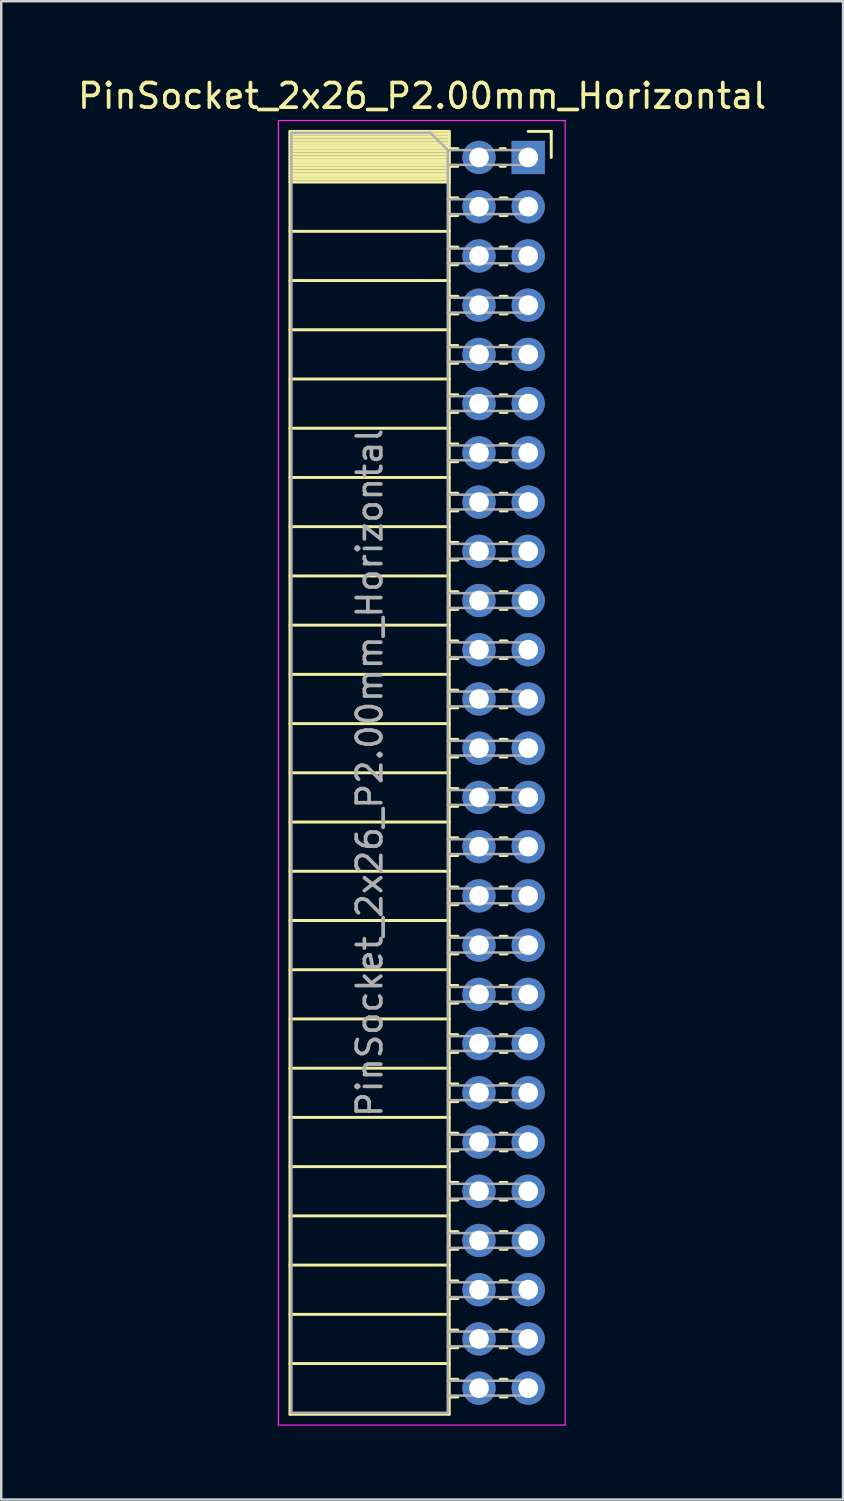
<source format=kicad_pcb>
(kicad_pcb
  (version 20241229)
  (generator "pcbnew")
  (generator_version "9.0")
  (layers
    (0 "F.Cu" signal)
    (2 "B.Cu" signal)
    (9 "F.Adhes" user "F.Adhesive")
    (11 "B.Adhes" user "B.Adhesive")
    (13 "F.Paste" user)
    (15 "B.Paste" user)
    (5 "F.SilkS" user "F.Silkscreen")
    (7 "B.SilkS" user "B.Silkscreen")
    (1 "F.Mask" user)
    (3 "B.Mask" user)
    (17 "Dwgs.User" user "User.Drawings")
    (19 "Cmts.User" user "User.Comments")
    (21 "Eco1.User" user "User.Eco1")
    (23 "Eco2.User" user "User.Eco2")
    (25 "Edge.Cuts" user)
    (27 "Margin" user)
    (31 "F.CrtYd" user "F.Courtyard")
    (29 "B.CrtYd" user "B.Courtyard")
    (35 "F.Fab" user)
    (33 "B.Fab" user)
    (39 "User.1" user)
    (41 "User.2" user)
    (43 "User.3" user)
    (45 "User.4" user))
  (footprint "PinSocket_2x26_P2.00mm_Horizontal"
    (layer "F.Cu")
    (at 18.411 3.348)
    (property "Reference" "PinSocket_2x26_P2.00mm_Horizontal" (at -4.31 -2.5 0) (layer "F.SilkS") (effects (font (size 1 1) (thickness 0.15))))
    (attr through_hole)
    (fp_line (start -9.68 -1.06) (end -9.68 51.06) (stroke (width 0.12) (type solid)) (layer "F.SilkS"))
    (fp_line (start -9.68 -1.06) (end -3.21 -1.06) (stroke (width 0.12) (type solid)) (layer "F.SilkS"))
    (fp_line (start -9.68 -0.94) (end -3.21 -0.94) (stroke (width 0.12) (type solid)) (layer "F.SilkS"))
    (fp_line (start -9.68 -0.826) (end -3.21 -0.826) (stroke (width 0.12) (type solid)) (layer "F.SilkS"))
    (fp_line (start -9.68 -0.712) (end -3.21 -0.712) (stroke (width 0.12) (type solid)) (layer "F.SilkS"))
    (fp_line (start -9.68 -0.598) (end -3.21 -0.598) (stroke (width 0.12) (type solid)) (layer "F.SilkS"))
    (fp_line (start -9.68 -0.484) (end -3.21 -0.484) (stroke (width 0.12) (type solid)) (layer "F.SilkS"))
    (fp_line (start -9.68 -0.369) (end -3.21 -0.369) (stroke (width 0.12) (type solid)) (layer "F.SilkS"))
    (fp_line (start -9.68 -0.255) (end -3.21 -0.255) (stroke (width 0.12) (type solid)) (layer "F.SilkS"))
    (fp_line (start -9.68 -0.141) (end -3.21 -0.141) (stroke (width 0.12) (type solid)) (layer "F.SilkS"))
    (fp_line (start -9.68 -0.027) (end -3.21 -0.027) (stroke (width 0.12) (type solid)) (layer "F.SilkS"))
    (fp_line (start -9.68 0.087) (end -3.21 0.087) (stroke (width 0.12) (type solid)) (layer "F.SilkS"))
    (fp_line (start -9.68 0.201) (end -3.21 0.201) (stroke (width 0.12) (type solid)) (layer "F.SilkS"))
    (fp_line (start -9.68 0.315) (end -3.21 0.315) (stroke (width 0.12) (type solid)) (layer "F.SilkS"))
    (fp_line (start -9.68 0.429) (end -3.21 0.429) (stroke (width 0.12) (type solid)) (layer "F.SilkS"))
    (fp_line (start -9.68 0.544) (end -3.21 0.544) (stroke (width 0.12) (type solid)) (layer "F.SilkS"))
    (fp_line (start -9.68 0.658) (end -3.21 0.658) (stroke (width 0.12) (type solid)) (layer "F.SilkS"))
    (fp_line (start -9.68 0.772) (end -3.21 0.772) (stroke (width 0.12) (type solid)) (layer "F.SilkS"))
    (fp_line (start -9.68 0.886) (end -3.21 0.886) (stroke (width 0.12) (type solid)) (layer "F.SilkS"))
    (fp_line (start -9.68 1) (end -3.21 1) (stroke (width 0.12) (type solid)) (layer "F.SilkS"))
    (fp_line (start -9.68 3) (end -3.21 3) (stroke (width 0.12) (type solid)) (layer "F.SilkS"))
    (fp_line (start -9.68 5) (end -3.21 5) (stroke (width 0.12) (type solid)) (layer "F.SilkS"))
    (fp_line (start -9.68 7) (end -3.21 7) (stroke (width 0.12) (type solid)) (layer "F.SilkS"))
    (fp_line (start -9.68 9) (end -3.21 9) (stroke (width 0.12) (type solid)) (layer "F.SilkS"))
    (fp_line (start -9.68 11) (end -3.21 11) (stroke (width 0.12) (type solid)) (layer "F.SilkS"))
    (fp_line (start -9.68 13) (end -3.21 13) (stroke (width 0.12) (type solid)) (layer "F.SilkS"))
    (fp_line (start -9.68 15) (end -3.21 15) (stroke (width 0.12) (type solid)) (layer "F.SilkS"))
    (fp_line (start -9.68 17) (end -3.21 17) (stroke (width 0.12) (type solid)) (layer "F.SilkS"))
    (fp_line (start -9.68 19) (end -3.21 19) (stroke (width 0.12) (type solid)) (layer "F.SilkS"))
    (fp_line (start -9.68 21) (end -3.21 21) (stroke (width 0.12) (type solid)) (layer "F.SilkS"))
    (fp_line (start -9.68 23) (end -3.21 23) (stroke (width 0.12) (type solid)) (layer "F.SilkS"))
    (fp_line (start -9.68 25) (end -3.21 25) (stroke (width 0.12) (type solid)) (layer "F.SilkS"))
    (fp_line (start -9.68 27) (end -3.21 27) (stroke (width 0.12) (type solid)) (layer "F.SilkS"))
    (fp_line (start -9.68 29) (end -3.21 29) (stroke (width 0.12) (type solid)) (layer "F.SilkS"))
    (fp_line (start -9.68 31) (end -3.21 31) (stroke (width 0.12) (type solid)) (layer "F.SilkS"))
    (fp_line (start -9.68 33) (end -3.21 33) (stroke (width 0.12) (type solid)) (layer "F.SilkS"))
    (fp_line (start -9.68 35) (end -3.21 35) (stroke (width 0.12) (type solid)) (layer "F.SilkS"))
    (fp_line (start -9.68 37) (end -3.21 37) (stroke (width 0.12) (type solid)) (layer "F.SilkS"))
    (fp_line (start -9.68 39) (end -3.21 39) (stroke (width 0.12) (type solid)) (layer "F.SilkS"))
    (fp_line (start -9.68 41) (end -3.21 41) (stroke (width 0.12) (type solid)) (layer "F.SilkS"))
    (fp_line (start -9.68 43) (end -3.21 43) (stroke (width 0.12) (type solid)) (layer "F.SilkS"))
    (fp_line (start -9.68 45) (end -3.21 45) (stroke (width 0.12) (type solid)) (layer "F.SilkS"))
    (fp_line (start -9.68 47) (end -3.21 47) (stroke (width 0.12) (type solid)) (layer "F.SilkS"))
    (fp_line (start -9.68 49) (end -3.21 49) (stroke (width 0.12) (type solid)) (layer "F.SilkS"))
    (fp_line (start -9.68 51.06) (end -3.21 51.06) (stroke (width 0.12) (type solid)) (layer "F.SilkS"))
    (fp_line (start -3.21 -1.06) (end -3.21 51.06) (stroke (width 0.12) (type solid)) (layer "F.SilkS"))
    (fp_line (start -3.21 -0.36) (end -2.863 -0.36) (stroke (width 0.12) (type solid)) (layer "F.SilkS"))
    (fp_line (start -3.21 0.36) (end -2.863 0.36) (stroke (width 0.12) (type solid)) (layer "F.SilkS"))
    (fp_line (start -3.21 1.64) (end -2.863 1.64) (stroke (width 0.12) (type solid)) (layer "F.SilkS"))
    (fp_line (start -3.21 2.36) (end -2.863 2.36) (stroke (width 0.12) (type solid)) (layer "F.SilkS"))
    (fp_line (start -3.21 3.64) (end -2.863 3.64) (stroke (width 0.12) (type solid)) (layer "F.SilkS"))
    (fp_line (start -3.21 4.36) (end -2.863 4.36) (stroke (width 0.12) (type solid)) (layer "F.SilkS"))
    (fp_line (start -3.21 5.64) (end -2.863 5.64) (stroke (width 0.12) (type solid)) (layer "F.SilkS"))
    (fp_line (start -3.21 6.36) (end -2.863 6.36) (stroke (width 0.12) (type solid)) (layer "F.SilkS"))
    (fp_line (start -3.21 7.64) (end -2.863 7.64) (stroke (width 0.12) (type solid)) (layer "F.SilkS"))
    (fp_line (start -3.21 8.36) (end -2.863 8.36) (stroke (width 0.12) (type solid)) (layer "F.SilkS"))
    (fp_line (start -3.21 9.64) (end -2.863 9.64) (stroke (width 0.12) (type solid)) (layer "F.SilkS"))
    (fp_line (start -3.21 10.36) (end -2.863 10.36) (stroke (width 0.12) (type solid)) (layer "F.SilkS"))
    (fp_line (start -3.21 11.64) (end -2.863 11.64) (stroke (width 0.12) (type solid)) (layer "F.SilkS"))
    (fp_line (start -3.21 12.36) (end -2.863 12.36) (stroke (width 0.12) (type solid)) (layer "F.SilkS"))
    (fp_line (start -3.21 13.64) (end -2.863 13.64) (stroke (width 0.12) (type solid)) (layer "F.SilkS"))
    (fp_line (start -3.21 14.36) (end -2.863 14.36) (stroke (width 0.12) (type solid)) (layer "F.SilkS"))
    (fp_line (start -3.21 15.64) (end -2.863 15.64) (stroke (width 0.12) (type solid)) (layer "F.SilkS"))
    (fp_line (start -3.21 16.36) (end -2.863 16.36) (stroke (width 0.12) (type solid)) (layer "F.SilkS"))
    (fp_line (start -3.21 17.64) (end -2.863 17.64) (stroke (width 0.12) (type solid)) (layer "F.SilkS"))
    (fp_line (start -3.21 18.36) (end -2.863 18.36) (stroke (width 0.12) (type solid)) (layer "F.SilkS"))
    (fp_line (start -3.21 19.64) (end -2.863 19.64) (stroke (width 0.12) (type solid)) (layer "F.SilkS"))
    (fp_line (start -3.21 20.36) (end -2.863 20.36) (stroke (width 0.12) (type solid)) (layer "F.SilkS"))
    (fp_line (start -3.21 21.64) (end -2.863 21.64) (stroke (width 0.12) (type solid)) (layer "F.SilkS"))
    (fp_line (start -3.21 22.36) (end -2.863 22.36) (stroke (width 0.12) (type solid)) (layer "F.SilkS"))
    (fp_line (start -3.21 23.64) (end -2.863 23.64) (stroke (width 0.12) (type solid)) (layer "F.SilkS"))
    (fp_line (start -3.21 24.36) (end -2.863 24.36) (stroke (width 0.12) (type solid)) (layer "F.SilkS"))
    (fp_line (start -3.21 25.64) (end -2.863 25.64) (stroke (width 0.12) (type solid)) (layer "F.SilkS"))
    (fp_line (start -3.21 26.36) (end -2.863 26.36) (stroke (width 0.12) (type solid)) (layer "F.SilkS"))
    (fp_line (start -3.21 27.64) (end -2.863 27.64) (stroke (width 0.12) (type solid)) (layer "F.SilkS"))
    (fp_line (start -3.21 28.36) (end -2.863 28.36) (stroke (width 0.12) (type solid)) (layer "F.SilkS"))
    (fp_line (start -3.21 29.64) (end -2.863 29.64) (stroke (width 0.12) (type solid)) (layer "F.SilkS"))
    (fp_line (start -3.21 30.36) (end -2.863 30.36) (stroke (width 0.12) (type solid)) (layer "F.SilkS"))
    (fp_line (start -3.21 31.64) (end -2.863 31.64) (stroke (width 0.12) (type solid)) (layer "F.SilkS"))
    (fp_line (start -3.21 32.36) (end -2.863 32.36) (stroke (width 0.12) (type solid)) (layer "F.SilkS"))
    (fp_line (start -3.21 33.64) (end -2.863 33.64) (stroke (width 0.12) (type solid)) (layer "F.SilkS"))
    (fp_line (start -3.21 34.36) (end -2.863 34.36) (stroke (width 0.12) (type solid)) (layer "F.SilkS"))
    (fp_line (start -3.21 35.64) (end -2.863 35.64) (stroke (width 0.12) (type solid)) (layer "F.SilkS"))
    (fp_line (start -3.21 36.36) (end -2.863 36.36) (stroke (width 0.12) (type solid)) (layer "F.SilkS"))
    (fp_line (start -3.21 37.64) (end -2.863 37.64) (stroke (width 0.12) (type solid)) (layer "F.SilkS"))
    (fp_line (start -3.21 38.36) (end -2.863 38.36) (stroke (width 0.12) (type solid)) (layer "F.SilkS"))
    (fp_line (start -3.21 39.64) (end -2.863 39.64) (stroke (width 0.12) (type solid)) (layer "F.SilkS"))
    (fp_line (start -3.21 40.36) (end -2.863 40.36) (stroke (width 0.12) (type solid)) (layer "F.SilkS"))
    (fp_line (start -3.21 41.64) (end -2.863 41.64) (stroke (width 0.12) (type solid)) (layer "F.SilkS"))
    (fp_line (start -3.21 42.36) (end -2.863 42.36) (stroke (width 0.12) (type solid)) (layer "F.SilkS"))
    (fp_line (start -3.21 43.64) (end -2.863 43.64) (stroke (width 0.12) (type solid)) (layer "F.SilkS"))
    (fp_line (start -3.21 44.36) (end -2.863 44.36) (stroke (width 0.12) (type solid)) (layer "F.SilkS"))
    (fp_line (start -3.21 45.64) (end -2.863 45.64) (stroke (width 0.12) (type solid)) (layer "F.SilkS"))
    (fp_line (start -3.21 46.36) (end -2.863 46.36) (stroke (width 0.12) (type solid)) (layer "F.SilkS"))
    (fp_line (start -3.21 47.64) (end -2.863 47.64) (stroke (width 0.12) (type solid)) (layer "F.SilkS"))
    (fp_line (start -3.21 48.36) (end -2.863 48.36) (stroke (width 0.12) (type solid)) (layer "F.SilkS"))
    (fp_line (start -3.21 49.64) (end -2.863 49.64) (stroke (width 0.12) (type solid)) (layer "F.SilkS"))
    (fp_line (start -3.21 50.36) (end -2.863 50.36) (stroke (width 0.12) (type solid)) (layer "F.SilkS"))
    (fp_line (start -1.137 -0.36) (end -0.935 -0.36) (stroke (width 0.12) (type solid)) (layer "F.SilkS"))
    (fp_line (start -1.137 0.36) (end -0.935 0.36) (stroke (width 0.12) (type solid)) (layer "F.SilkS"))
    (fp_line (start -1.137 1.64) (end -0.863 1.64) (stroke (width 0.12) (type solid)) (layer "F.SilkS"))
    (fp_line (start -1.137 2.36) (end -0.863 2.36) (stroke (width 0.12) (type solid)) (layer "F.SilkS"))
    (fp_line (start -1.137 3.64) (end -0.863 3.64) (stroke (width 0.12) (type solid)) (layer "F.SilkS"))
    (fp_line (start -1.137 4.36) (end -0.863 4.36) (stroke (width 0.12) (type solid)) (layer "F.SilkS"))
    (fp_line (start -1.137 5.64) (end -0.863 5.64) (stroke (width 0.12) (type solid)) (layer "F.SilkS"))
    (fp_line (start -1.137 6.36) (end -0.863 6.36) (stroke (width 0.12) (type solid)) (layer "F.SilkS"))
    (fp_line (start -1.137 7.64) (end -0.863 7.64) (stroke (width 0.12) (type solid)) (layer "F.SilkS"))
    (fp_line (start -1.137 8.36) (end -0.863 8.36) (stroke (width 0.12) (type solid)) (layer "F.SilkS"))
    (fp_line (start -1.137 9.64) (end -0.863 9.64) (stroke (width 0.12) (type solid)) (layer "F.SilkS"))
    (fp_line (start -1.137 10.36) (end -0.863 10.36) (stroke (width 0.12) (type solid)) (layer "F.SilkS"))
    (fp_line (start -1.137 11.64) (end -0.863 11.64) (stroke (width 0.12) (type solid)) (layer "F.SilkS"))
    (fp_line (start -1.137 12.36) (end -0.863 12.36) (stroke (width 0.12) (type solid)) (layer "F.SilkS"))
    (fp_line (start -1.137 13.64) (end -0.863 13.64) (stroke (width 0.12) (type solid)) (layer "F.SilkS"))
    (fp_line (start -1.137 14.36) (end -0.863 14.36) (stroke (width 0.12) (type solid)) (layer "F.SilkS"))
    (fp_line (start -1.137 15.64) (end -0.863 15.64) (stroke (width 0.12) (type solid)) (layer "F.SilkS"))
    (fp_line (start -1.137 16.36) (end -0.863 16.36) (stroke (width 0.12) (type solid)) (layer "F.SilkS"))
    (fp_line (start -1.137 17.64) (end -0.863 17.64) (stroke (width 0.12) (type solid)) (layer "F.SilkS"))
    (fp_line (start -1.137 18.36) (end -0.863 18.36) (stroke (width 0.12) (type solid)) (layer "F.SilkS"))
    (fp_line (start -1.137 19.64) (end -0.863 19.64) (stroke (width 0.12) (type solid)) (layer "F.SilkS"))
    (fp_line (start -1.137 20.36) (end -0.863 20.36) (stroke (width 0.12) (type solid)) (layer "F.SilkS"))
    (fp_line (start -1.137 21.64) (end -0.863 21.64) (stroke (width 0.12) (type solid)) (layer "F.SilkS"))
    (fp_line (start -1.137 22.36) (end -0.863 22.36) (stroke (width 0.12) (type solid)) (layer "F.SilkS"))
    (fp_line (start -1.137 23.64) (end -0.863 23.64) (stroke (width 0.12) (type solid)) (layer "F.SilkS"))
    (fp_line (start -1.137 24.36) (end -0.863 24.36) (stroke (width 0.12) (type solid)) (layer "F.SilkS"))
    (fp_line (start -1.137 25.64) (end -0.863 25.64) (stroke (width 0.12) (type solid)) (layer "F.SilkS"))
    (fp_line (start -1.137 26.36) (end -0.863 26.36) (stroke (width 0.12) (type solid)) (layer "F.SilkS"))
    (fp_line (start -1.137 27.64) (end -0.863 27.64) (stroke (width 0.12) (type solid)) (layer "F.SilkS"))
    (fp_line (start -1.137 28.36) (end -0.863 28.36) (stroke (width 0.12) (type solid)) (layer "F.SilkS"))
    (fp_line (start -1.137 29.64) (end -0.863 29.64) (stroke (width 0.12) (type solid)) (layer "F.SilkS"))
    (fp_line (start -1.137 30.36) (end -0.863 30.36) (stroke (width 0.12) (type solid)) (layer "F.SilkS"))
    (fp_line (start -1.137 31.64) (end -0.863 31.64) (stroke (width 0.12) (type solid)) (layer "F.SilkS"))
    (fp_line (start -1.137 32.36) (end -0.863 32.36) (stroke (width 0.12) (type solid)) (layer "F.SilkS"))
    (fp_line (start -1.137 33.64) (end -0.863 33.64) (stroke (width 0.12) (type solid)) (layer "F.SilkS"))
    (fp_line (start -1.137 34.36) (end -0.863 34.36) (stroke (width 0.12) (type solid)) (layer "F.SilkS"))
    (fp_line (start -1.137 35.64) (end -0.863 35.64) (stroke (width 0.12) (type solid)) (layer "F.SilkS"))
    (fp_line (start -1.137 36.36) (end -0.863 36.36) (stroke (width 0.12) (type solid)) (layer "F.SilkS"))
    (fp_line (start -1.137 37.64) (end -0.863 37.64) (stroke (width 0.12) (type solid)) (layer "F.SilkS"))
    (fp_line (start -1.137 38.36) (end -0.863 38.36) (stroke (width 0.12) (type solid)) (layer "F.SilkS"))
    (fp_line (start -1.137 39.64) (end -0.863 39.64) (stroke (width 0.12) (type solid)) (layer "F.SilkS"))
    (fp_line (start -1.137 40.36) (end -0.863 40.36) (stroke (width 0.12) (type solid)) (layer "F.SilkS"))
    (fp_line (start -1.137 41.64) (end -0.863 41.64) (stroke (width 0.12) (type solid)) (layer "F.SilkS"))
    (fp_line (start -1.137 42.36) (end -0.863 42.36) (stroke (width 0.12) (type solid)) (layer "F.SilkS"))
    (fp_line (start -1.137 43.64) (end -0.863 43.64) (stroke (width 0.12) (type solid)) (layer "F.SilkS"))
    (fp_line (start -1.137 44.36) (end -0.863 44.36) (stroke (width 0.12) (type solid)) (layer "F.SilkS"))
    (fp_line (start -1.137 45.64) (end -0.863 45.64) (stroke (width 0.12) (type solid)) (layer "F.SilkS"))
    (fp_line (start -1.137 46.36) (end -0.863 46.36) (stroke (width 0.12) (type solid)) (layer "F.SilkS"))
    (fp_line (start -1.137 47.64) (end -0.863 47.64) (stroke (width 0.12) (type solid)) (layer "F.SilkS"))
    (fp_line (start -1.137 48.36) (end -0.863 48.36) (stroke (width 0.12) (type solid)) (layer "F.SilkS"))
    (fp_line (start -1.137 49.64) (end -0.863 49.64) (stroke (width 0.12) (type solid)) (layer "F.SilkS"))
    (fp_line (start -1.137 50.36) (end -0.863 50.36) (stroke (width 0.12) (type solid)) (layer "F.SilkS"))
    (fp_line (start 0 -1.06) (end 0.935 -1.06) (stroke (width 0.12) (type solid)) (layer "F.SilkS"))
    (fp_line (start 0.935 -1.06) (end 0.935 0) (stroke (width 0.12) (type solid)) (layer "F.SilkS"))
    (fp_line (start -10.15 -1.5) (end -10.15 51.5) (stroke (width 0.05) (type solid)) (layer "F.CrtYd"))
    (fp_line (start -10.15 51.5) (end 1.5 51.5) (stroke (width 0.05) (type solid)) (layer "F.CrtYd"))
    (fp_line (start 1.5 -1.5) (end -10.15 -1.5) (stroke (width 0.05) (type solid)) (layer "F.CrtYd"))
    (fp_line (start 1.5 51.5) (end 1.5 -1.5) (stroke (width 0.05) (type solid)) (layer "F.CrtYd"))
    (fp_line (start -9.62 -1) (end -3.97 -1) (stroke (width 0.1) (type solid)) (layer "F.Fab"))
    (fp_line (start -9.62 51) (end -9.62 -1) (stroke (width 0.1) (type solid)) (layer "F.Fab"))
    (fp_line (start -3.97 -1) (end -3.27 -0.3) (stroke (width 0.1) (type solid)) (layer "F.Fab"))
    (fp_line (start -3.27 -0.3) (end -3.27 51) (stroke (width 0.1) (type solid)) (layer "F.Fab"))
    (fp_line (start -3.27 0.3) (end 0 0.3) (stroke (width 0.1) (type solid)) (layer "F.Fab"))
    (fp_line (start -3.27 2.3) (end 0 2.3) (stroke (width 0.1) (type solid)) (layer "F.Fab"))
    (fp_line (start -3.27 4.3) (end 0 4.3) (stroke (width 0.1) (type solid)) (layer "F.Fab"))
    (fp_line (start -3.27 6.3) (end 0 6.3) (stroke (width 0.1) (type solid)) (layer "F.Fab"))
    (fp_line (start -3.27 8.3) (end 0 8.3) (stroke (width 0.1) (type solid)) (layer "F.Fab"))
    (fp_line (start -3.27 10.3) (end 0 10.3) (stroke (width 0.1) (type solid)) (layer "F.Fab"))
    (fp_line (start -3.27 12.3) (end 0 12.3) (stroke (width 0.1) (type solid)) (layer "F.Fab"))
    (fp_line (start -3.27 14.3) (end 0 14.3) (stroke (width 0.1) (type solid)) (layer "F.Fab"))
    (fp_line (start -3.27 16.3) (end 0 16.3) (stroke (width 0.1) (type solid)) (layer "F.Fab"))
    (fp_line (start -3.27 18.3) (end 0 18.3) (stroke (width 0.1) (type solid)) (layer "F.Fab"))
    (fp_line (start -3.27 20.3) (end 0 20.3) (stroke (width 0.1) (type solid)) (layer "F.Fab"))
    (fp_line (start -3.27 22.3) (end 0 22.3) (stroke (width 0.1) (type solid)) (layer "F.Fab"))
    (fp_line (start -3.27 24.3) (end 0 24.3) (stroke (width 0.1) (type solid)) (layer "F.Fab"))
    (fp_line (start -3.27 26.3) (end 0 26.3) (stroke (width 0.1) (type solid)) (layer "F.Fab"))
    (fp_line (start -3.27 28.3) (end 0 28.3) (stroke (width 0.1) (type solid)) (layer "F.Fab"))
    (fp_line (start -3.27 30.3) (end 0 30.3) (stroke (width 0.1) (type solid)) (layer "F.Fab"))
    (fp_line (start -3.27 32.3) (end 0 32.3) (stroke (width 0.1) (type solid)) (layer "F.Fab"))
    (fp_line (start -3.27 34.3) (end 0 34.3) (stroke (width 0.1) (type solid)) (layer "F.Fab"))
    (fp_line (start -3.27 36.3) (end 0 36.3) (stroke (width 0.1) (type solid)) (layer "F.Fab"))
    (fp_line (start -3.27 38.3) (end 0 38.3) (stroke (width 0.1) (type solid)) (layer "F.Fab"))
    (fp_line (start -3.27 40.3) (end 0 40.3) (stroke (width 0.1) (type solid)) (layer "F.Fab"))
    (fp_line (start -3.27 42.3) (end 0 42.3) (stroke (width 0.1) (type solid)) (layer "F.Fab"))
    (fp_line (start -3.27 44.3) (end 0 44.3) (stroke (width 0.1) (type solid)) (layer "F.Fab"))
    (fp_line (start -3.27 46.3) (end 0 46.3) (stroke (width 0.1) (type solid)) (layer "F.Fab"))
    (fp_line (start -3.27 48.3) (end 0 48.3) (stroke (width 0.1) (type solid)) (layer "F.Fab"))
    (fp_line (start -3.27 50.3) (end 0 50.3) (stroke (width 0.1) (type solid)) (layer "F.Fab"))
    (fp_line (start -3.27 51) (end -9.62 51) (stroke (width 0.1) (type solid)) (layer "F.Fab"))
    (fp_line (start 0 -0.3) (end -3.27 -0.3) (stroke (width 0.1) (type solid)) (layer "F.Fab"))
    (fp_line (start 0 0.3) (end 0 -0.3) (stroke (width 0.1) (type solid)) (layer "F.Fab"))
    (fp_line (start 0 1.7) (end -3.27 1.7) (stroke (width 0.1) (type solid)) (layer "F.Fab"))
    (fp_line (start 0 2.3) (end 0 1.7) (stroke (width 0.1) (type solid)) (layer "F.Fab"))
    (fp_line (start 0 3.7) (end -3.27 3.7) (stroke (width 0.1) (type solid)) (layer "F.Fab"))
    (fp_line (start 0 4.3) (end 0 3.7) (stroke (width 0.1) (type solid)) (layer "F.Fab"))
    (fp_line (start 0 5.7) (end -3.27 5.7) (stroke (width 0.1) (type solid)) (layer "F.Fab"))
    (fp_line (start 0 6.3) (end 0 5.7) (stroke (width 0.1) (type solid)) (layer "F.Fab"))
    (fp_line (start 0 7.7) (end -3.27 7.7) (stroke (width 0.1) (type solid)) (layer "F.Fab"))
    (fp_line (start 0 8.3) (end 0 7.7) (stroke (width 0.1) (type solid)) (layer "F.Fab"))
    (fp_line (start 0 9.7) (end -3.27 9.7) (stroke (width 0.1) (type solid)) (layer "F.Fab"))
    (fp_line (start 0 10.3) (end 0 9.7) (stroke (width 0.1) (type solid)) (layer "F.Fab"))
    (fp_line (start 0 11.7) (end -3.27 11.7) (stroke (width 0.1) (type solid)) (layer "F.Fab"))
    (fp_line (start 0 12.3) (end 0 11.7) (stroke (width 0.1) (type solid)) (layer "F.Fab"))
    (fp_line (start 0 13.7) (end -3.27 13.7) (stroke (width 0.1) (type solid)) (layer "F.Fab"))
    (fp_line (start 0 14.3) (end 0 13.7) (stroke (width 0.1) (type solid)) (layer "F.Fab"))
    (fp_line (start 0 15.7) (end -3.27 15.7) (stroke (width 0.1) (type solid)) (layer "F.Fab"))
    (fp_line (start 0 16.3) (end 0 15.7) (stroke (width 0.1) (type solid)) (layer "F.Fab"))
    (fp_line (start 0 17.7) (end -3.27 17.7) (stroke (width 0.1) (type solid)) (layer "F.Fab"))
    (fp_line (start 0 18.3) (end 0 17.7) (stroke (width 0.1) (type solid)) (layer "F.Fab"))
    (fp_line (start 0 19.7) (end -3.27 19.7) (stroke (width 0.1) (type solid)) (layer "F.Fab"))
    (fp_line (start 0 20.3) (end 0 19.7) (stroke (width 0.1) (type solid)) (layer "F.Fab"))
    (fp_line (start 0 21.7) (end -3.27 21.7) (stroke (width 0.1) (type solid)) (layer "F.Fab"))
    (fp_line (start 0 22.3) (end 0 21.7) (stroke (width 0.1) (type solid)) (layer "F.Fab"))
    (fp_line (start 0 23.7) (end -3.27 23.7) (stroke (width 0.1) (type solid)) (layer "F.Fab"))
    (fp_line (start 0 24.3) (end 0 23.7) (stroke (width 0.1) (type solid)) (layer "F.Fab"))
    (fp_line (start 0 25.7) (end -3.27 25.7) (stroke (width 0.1) (type solid)) (layer "F.Fab"))
    (fp_line (start 0 26.3) (end 0 25.7) (stroke (width 0.1) (type solid)) (layer "F.Fab"))
    (fp_line (start 0 27.7) (end -3.27 27.7) (stroke (width 0.1) (type solid)) (layer "F.Fab"))
    (fp_line (start 0 28.3) (end 0 27.7) (stroke (width 0.1) (type solid)) (layer "F.Fab"))
    (fp_line (start 0 29.7) (end -3.27 29.7) (stroke (width 0.1) (type solid)) (layer "F.Fab"))
    (fp_line (start 0 30.3) (end 0 29.7) (stroke (width 0.1) (type solid)) (layer "F.Fab"))
    (fp_line (start 0 31.7) (end -3.27 31.7) (stroke (width 0.1) (type solid)) (layer "F.Fab"))
    (fp_line (start 0 32.3) (end 0 31.7) (stroke (width 0.1) (type solid)) (layer "F.Fab"))
    (fp_line (start 0 33.7) (end -3.27 33.7) (stroke (width 0.1) (type solid)) (layer "F.Fab"))
    (fp_line (start 0 34.3) (end 0 33.7) (stroke (width 0.1) (type solid)) (layer "F.Fab"))
    (fp_line (start 0 35.7) (end -3.27 35.7) (stroke (width 0.1) (type solid)) (layer "F.Fab"))
    (fp_line (start 0 36.3) (end 0 35.7) (stroke (width 0.1) (type solid)) (layer "F.Fab"))
    (fp_line (start 0 37.7) (end -3.27 37.7) (stroke (width 0.1) (type solid)) (layer "F.Fab"))
    (fp_line (start 0 38.3) (end 0 37.7) (stroke (width 0.1) (type solid)) (layer "F.Fab"))
    (fp_line (start 0 39.7) (end -3.27 39.7) (stroke (width 0.1) (type solid)) (layer "F.Fab"))
    (fp_line (start 0 40.3) (end 0 39.7) (stroke (width 0.1) (type solid)) (layer "F.Fab"))
    (fp_line (start 0 41.7) (end -3.27 41.7) (stroke (width 0.1) (type solid)) (layer "F.Fab"))
    (fp_line (start 0 42.3) (end 0 41.7) (stroke (width 0.1) (type solid)) (layer "F.Fab"))
    (fp_line (start 0 43.7) (end -3.27 43.7) (stroke (width 0.1) (type solid)) (layer "F.Fab"))
    (fp_line (start 0 44.3) (end 0 43.7) (stroke (width 0.1) (type solid)) (layer "F.Fab"))
    (fp_line (start 0 45.7) (end -3.27 45.7) (stroke (width 0.1) (type solid)) (layer "F.Fab"))
    (fp_line (start 0 46.3) (end 0 45.7) (stroke (width 0.1) (type solid)) (layer "F.Fab"))
    (fp_line (start 0 47.7) (end -3.27 47.7) (stroke (width 0.1) (type solid)) (layer "F.Fab"))
    (fp_line (start 0 48.3) (end 0 47.7) (stroke (width 0.1) (type solid)) (layer "F.Fab"))
    (fp_line (start 0 49.7) (end -3.27 49.7) (stroke (width 0.1) (type solid)) (layer "F.Fab"))
    (fp_line (start 0 50.3) (end 0 49.7) (stroke (width 0.1) (type solid)) (layer "F.Fab"))
    (fp_text user "${REFERENCE}" (at -6.445 25 90) (layer "F.Fab") (effects (font (size 1 1) (thickness 0.15))))
    (pad "1" thru_hole rect (at 0 0) (size 1.35 1.35) (drill 0.8) (layers "*.Cu" "*.Mask"))
    (pad "2" thru_hole circle (at -2 0) (size 1.35 1.35) (drill 0.8) (layers "*.Cu" "*.Mask"))
    (pad "3" thru_hole circle (at 0 2) (size 1.35 1.35) (drill 0.8) (layers "*.Cu" "*.Mask"))
    (pad "4" thru_hole circle (at -2 2) (size 1.35 1.35) (drill 0.8) (layers "*.Cu" "*.Mask"))
    (pad "5" thru_hole circle (at 0 4) (size 1.35 1.35) (drill 0.8) (layers "*.Cu" "*.Mask"))
    (pad "6" thru_hole circle (at -2 4) (size 1.35 1.35) (drill 0.8) (layers "*.Cu" "*.Mask"))
    (pad "7" thru_hole circle (at 0 6) (size 1.35 1.35) (drill 0.8) (layers "*.Cu" "*.Mask"))
    (pad "8" thru_hole circle (at -2 6) (size 1.35 1.35) (drill 0.8) (layers "*.Cu" "*.Mask"))
    (pad "9" thru_hole circle (at 0 8) (size 1.35 1.35) (drill 0.8) (layers "*.Cu" "*.Mask"))
    (pad "10" thru_hole circle (at -2 8) (size 1.35 1.35) (drill 0.8) (layers "*.Cu" "*.Mask"))
    (pad "11" thru_hole circle (at 0 10) (size 1.35 1.35) (drill 0.8) (layers "*.Cu" "*.Mask"))
    (pad "12" thru_hole circle (at -2 10) (size 1.35 1.35) (drill 0.8) (layers "*.Cu" "*.Mask"))
    (pad "13" thru_hole circle (at 0 12) (size 1.35 1.35) (drill 0.8) (layers "*.Cu" "*.Mask"))
    (pad "14" thru_hole circle (at -2 12) (size 1.35 1.35) (drill 0.8) (layers "*.Cu" "*.Mask"))
    (pad "15" thru_hole circle (at 0 14) (size 1.35 1.35) (drill 0.8) (layers "*.Cu" "*.Mask"))
    (pad "16" thru_hole circle (at -2 14) (size 1.35 1.35) (drill 0.8) (layers "*.Cu" "*.Mask"))
    (pad "17" thru_hole circle (at 0 16) (size 1.35 1.35) (drill 0.8) (layers "*.Cu" "*.Mask"))
    (pad "18" thru_hole circle (at -2 16) (size 1.35 1.35) (drill 0.8) (layers "*.Cu" "*.Mask"))
    (pad "19" thru_hole circle (at 0 18) (size 1.35 1.35) (drill 0.8) (layers "*.Cu" "*.Mask"))
    (pad "20" thru_hole circle (at -2 18) (size 1.35 1.35) (drill 0.8) (layers "*.Cu" "*.Mask"))
    (pad "21" thru_hole circle (at 0 20) (size 1.35 1.35) (drill 0.8) (layers "*.Cu" "*.Mask"))
    (pad "22" thru_hole circle (at -2 20) (size 1.35 1.35) (drill 0.8) (layers "*.Cu" "*.Mask"))
    (pad "23" thru_hole circle (at 0 22) (size 1.35 1.35) (drill 0.8) (layers "*.Cu" "*.Mask"))
    (pad "24" thru_hole circle (at -2 22) (size 1.35 1.35) (drill 0.8) (layers "*.Cu" "*.Mask"))
    (pad "25" thru_hole circle (at 0 24) (size 1.35 1.35) (drill 0.8) (layers "*.Cu" "*.Mask"))
    (pad "26" thru_hole circle (at -2 24) (size 1.35 1.35) (drill 0.8) (layers "*.Cu" "*.Mask"))
    (pad "27" thru_hole circle (at 0 26) (size 1.35 1.35) (drill 0.8) (layers "*.Cu" "*.Mask"))
    (pad "28" thru_hole circle (at -2 26) (size 1.35 1.35) (drill 0.8) (layers "*.Cu" "*.Mask"))
    (pad "29" thru_hole circle (at 0 28) (size 1.35 1.35) (drill 0.8) (layers "*.Cu" "*.Mask"))
    (pad "30" thru_hole circle (at -2 28) (size 1.35 1.35) (drill 0.8) (layers "*.Cu" "*.Mask"))
    (pad "31" thru_hole circle (at 0 30) (size 1.35 1.35) (drill 0.8) (layers "*.Cu" "*.Mask"))
    (pad "32" thru_hole circle (at -2 30) (size 1.35 1.35) (drill 0.8) (layers "*.Cu" "*.Mask"))
    (pad "33" thru_hole circle (at 0 32) (size 1.35 1.35) (drill 0.8) (layers "*.Cu" "*.Mask"))
    (pad "34" thru_hole circle (at -2 32) (size 1.35 1.35) (drill 0.8) (layers "*.Cu" "*.Mask"))
    (pad "35" thru_hole circle (at 0 34) (size 1.35 1.35) (drill 0.8) (layers "*.Cu" "*.Mask"))
    (pad "36" thru_hole circle (at -2 34) (size 1.35 1.35) (drill 0.8) (layers "*.Cu" "*.Mask"))
    (pad "37" thru_hole circle (at 0 36) (size 1.35 1.35) (drill 0.8) (layers "*.Cu" "*.Mask"))
    (pad "38" thru_hole circle (at -2 36) (size 1.35 1.35) (drill 0.8) (layers "*.Cu" "*.Mask"))
    (pad "39" thru_hole circle (at 0 38) (size 1.35 1.35) (drill 0.8) (layers "*.Cu" "*.Mask"))
    (pad "40" thru_hole circle (at -2 38) (size 1.35 1.35) (drill 0.8) (layers "*.Cu" "*.Mask"))
    (pad "41" thru_hole circle (at 0 40) (size 1.35 1.35) (drill 0.8) (layers "*.Cu" "*.Mask"))
    (pad "42" thru_hole circle (at -2 40) (size 1.35 1.35) (drill 0.8) (layers "*.Cu" "*.Mask"))
    (pad "43" thru_hole circle (at 0 42) (size 1.35 1.35) (drill 0.8) (layers "*.Cu" "*.Mask"))
    (pad "44" thru_hole circle (at -2 42) (size 1.35 1.35) (drill 0.8) (layers "*.Cu" "*.Mask"))
    (pad "45" thru_hole circle (at 0 44) (size 1.35 1.35) (drill 0.8) (layers "*.Cu" "*.Mask"))
    (pad "46" thru_hole circle (at -2 44) (size 1.35 1.35) (drill 0.8) (layers "*.Cu" "*.Mask"))
    (pad "47" thru_hole circle (at 0 46) (size 1.35 1.35) (drill 0.8) (layers "*.Cu" "*.Mask"))
    (pad "48" thru_hole circle (at -2 46) (size 1.35 1.35) (drill 0.8) (layers "*.Cu" "*.Mask"))
    (pad "49" thru_hole circle (at 0 48) (size 1.35 1.35) (drill 0.8) (layers "*.Cu" "*.Mask"))
    (pad "50" thru_hole circle (at -2 48) (size 1.35 1.35) (drill 0.8) (layers "*.Cu" "*.Mask"))
    (pad "51" thru_hole circle (at 0 50) (size 1.35 1.35) (drill 0.8) (layers "*.Cu" "*.Mask"))
    (pad "52" thru_hole circle (at -2 50) (size 1.35 1.35) (drill 0.8) (layers "*.Cu" "*.Mask")))
  (gr_rect
    (start -3 -3)
    (end 31.202 57.873)
    (stroke (width 0.1) (type default))
    (fill no)
    (layer "Edge.Cuts")))
</source>
